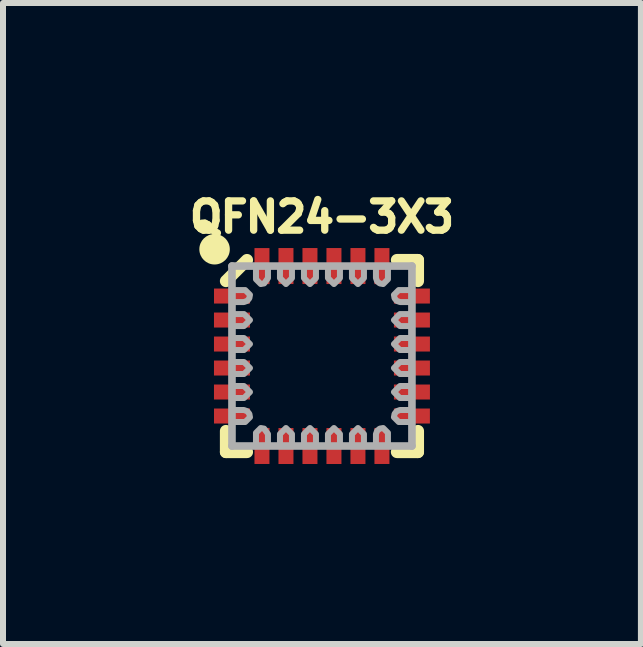
<source format=kicad_pcb>
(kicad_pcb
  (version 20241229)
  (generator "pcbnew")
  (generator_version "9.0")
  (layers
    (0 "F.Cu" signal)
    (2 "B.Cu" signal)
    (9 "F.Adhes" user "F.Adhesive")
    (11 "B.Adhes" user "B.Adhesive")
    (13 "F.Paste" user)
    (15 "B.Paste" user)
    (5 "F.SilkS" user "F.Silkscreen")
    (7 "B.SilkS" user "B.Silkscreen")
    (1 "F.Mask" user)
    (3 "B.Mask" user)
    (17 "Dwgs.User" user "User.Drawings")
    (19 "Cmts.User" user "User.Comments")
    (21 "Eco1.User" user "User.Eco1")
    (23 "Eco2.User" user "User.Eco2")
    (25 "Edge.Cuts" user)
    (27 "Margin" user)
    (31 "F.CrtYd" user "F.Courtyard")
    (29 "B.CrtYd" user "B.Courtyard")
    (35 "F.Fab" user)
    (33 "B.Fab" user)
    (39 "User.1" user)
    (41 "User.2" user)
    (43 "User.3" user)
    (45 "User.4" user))
  (footprint "QFN24-3X3"
    (layer "F.Cu")
    (at 2.317 2.885)
    (property "Reference" "QFN24-3X3" (at 0 -2.032 0) (layer "F.SilkS") (effects (font (size 0.488 0.488) (thickness 0.122)) (justify bottom)))
    (fp_poly (pts (xy -1.199 -1.021) (xy -1.199 -0.874) (xy -1.501 -0.874) (xy -1.501 -1.126) (xy -1.304 -1.126)) (stroke (width 0) (type default)) (fill yes) (layer "F.Cu"))
    (fp_poly (pts (xy -1.199 1.021) (xy -1.304 1.126) (xy -1.501 1.126) (xy -1.501 0.874) (xy -1.199 0.874)) (stroke (width 0) (type default)) (fill yes) (layer "F.Cu"))
    (fp_poly (pts (xy -0.874 -1.199) (xy -1.021 -1.199) (xy -1.126 -1.304) (xy -1.126 -1.501) (xy -0.874 -1.501)) (stroke (width 0) (type default)) (fill yes) (layer "F.Cu"))
    (fp_poly (pts (xy -0.874 1.501) (xy -1.126 1.501) (xy -1.126 1.304) (xy -1.021 1.199) (xy -0.874 1.199)) (stroke (width 0) (type default)) (fill yes) (layer "F.Cu"))
    (fp_poly (pts (xy 1.126 -1.304) (xy 1.021 -1.199) (xy 0.874 -1.199) (xy 0.874 -1.501) (xy 1.126 -1.501)) (stroke (width 0) (type default)) (fill yes) (layer "F.Cu"))
    (fp_poly (pts (xy 1.126 1.304) (xy 1.126 1.501) (xy 0.874 1.501) (xy 0.874 1.199) (xy 1.021 1.199)) (stroke (width 0) (type default)) (fill yes) (layer "F.Cu"))
    (fp_poly (pts (xy 1.501 -0.874) (xy 1.199 -0.874) (xy 1.199 -1.021) (xy 1.304 -1.126) (xy 1.501 -1.126)) (stroke (width 0) (type default)) (fill yes) (layer "F.Cu"))
    (fp_poly (pts (xy 1.501 1.126) (xy 1.304 1.126) (xy 1.199 1.021) (xy 1.199 0.874) (xy 1.501 0.874)) (stroke (width 0) (type default)) (fill yes) (layer "F.Cu"))
    (fp_poly (pts (xy -1.226 -1.203) (xy -1.226 -1.099) (xy -0.773 -1.099) (xy -0.773 -1.203)) (stroke (width 0) (type default)) (fill yes) (layer "F.Mask"))
    (fp_poly (pts (xy -1.203 -0.773) (xy -1.099 -0.773) (xy -1.099 -1.226) (xy -1.203 -1.226)) (stroke (width 0) (type default)) (fill yes) (layer "F.Mask"))
    (fp_poly (pts (xy -1.203 1.226) (xy -1.099 1.226) (xy -1.099 0.773) (xy -1.203 0.773)) (stroke (width 0) (type default)) (fill yes) (layer "F.Mask"))
    (fp_poly (pts (xy -0.773 1.203) (xy -0.773 1.099) (xy -1.226 1.099) (xy -1.226 1.203)) (stroke (width 0) (type default)) (fill yes) (layer "F.Mask"))
    (fp_poly (pts (xy 0.773 -1.203) (xy 0.773 -1.099) (xy 1.226 -1.099) (xy 1.226 -1.203)) (stroke (width 0) (type default)) (fill yes) (layer "F.Mask"))
    (fp_poly (pts (xy 1.203 -1.226) (xy 1.099 -1.226) (xy 1.099 -0.773) (xy 1.203 -0.773)) (stroke (width 0) (type default)) (fill yes) (layer "F.Mask"))
    (fp_poly (pts (xy 1.203 0.773) (xy 1.099 0.773) (xy 1.099 1.226) (xy 1.203 1.226)) (stroke (width 0) (type default)) (fill yes) (layer "F.Mask"))
    (fp_poly (pts (xy 1.226 1.203) (xy 1.226 1.099) (xy 0.773 1.099) (xy 0.773 1.203)) (stroke (width 0) (type default)) (fill yes) (layer "F.Mask"))
    (fp_line (start -1.6 -1.25) (end -1.25 -1.6) (stroke (width 0.203) (type solid)) (layer "F.SilkS"))
    (fp_line (start -1.6 1.25) (end -1.6 1.6) (stroke (width 0.203) (type solid)) (layer "F.SilkS"))
    (fp_line (start -1.6 1.6) (end -1.25 1.6) (stroke (width 0.203) (type solid)) (layer "F.SilkS"))
    (fp_line (start 1.25 1.6) (end 1.6 1.6) (stroke (width 0.203) (type solid)) (layer "F.SilkS"))
    (fp_line (start 1.6 -1.6) (end 1.25 -1.6) (stroke (width 0.203) (type solid)) (layer "F.SilkS"))
    (fp_line (start 1.6 -1.25) (end 1.6 -1.6) (stroke (width 0.203) (type solid)) (layer "F.SilkS"))
    (fp_line (start 1.6 1.6) (end 1.6 1.25) (stroke (width 0.203) (type solid)) (layer "F.SilkS"))
    (fp_circle (center -1.79 -1.78) (end -1.663 -1.78) (stroke (width 0.254) (type solid)) (fill yes) (layer "F.SilkS"))
    (fp_poly (pts (xy -1.725 -0.875) (xy -1.275 -0.875) (xy -1.275 -1.125) (xy -1.725 -1.125)) (stroke (width 0) (type default)) (fill yes) (layer "F.Paste"))
    (fp_poly (pts (xy -1.725 -0.475) (xy -1.275 -0.475) (xy -1.275 -0.725) (xy -1.725 -0.725)) (stroke (width 0) (type default)) (fill yes) (layer "F.Paste"))
    (fp_poly (pts (xy -1.725 -0.075) (xy -1.275 -0.075) (xy -1.275 -0.325) (xy -1.725 -0.325)) (stroke (width 0) (type default)) (fill yes) (layer "F.Paste"))
    (fp_poly (pts (xy -1.725 0.325) (xy -1.275 0.325) (xy -1.275 0.075) (xy -1.725 0.075)) (stroke (width 0) (type default)) (fill yes) (layer "F.Paste"))
    (fp_poly (pts (xy -1.725 0.725) (xy -1.275 0.725) (xy -1.275 0.475) (xy -1.725 0.475)) (stroke (width 0) (type default)) (fill yes) (layer "F.Paste"))
    (fp_poly (pts (xy -1.725 1.125) (xy -1.275 1.125) (xy -1.275 0.875) (xy -1.725 0.875)) (stroke (width 0) (type default)) (fill yes) (layer "F.Paste"))
    (fp_poly (pts (xy -1.125 -1.725) (xy -1.125 -1.275) (xy -0.875 -1.275) (xy -0.875 -1.725)) (stroke (width 0) (type default)) (fill yes) (layer "F.Paste"))
    (fp_poly (pts (xy -0.875 1.725) (xy -0.875 1.275) (xy -1.125 1.275) (xy -1.125 1.725)) (stroke (width 0) (type default)) (fill yes) (layer "F.Paste"))
    (fp_poly (pts (xy -0.725 -1.725) (xy -0.725 -1.275) (xy -0.475 -1.275) (xy -0.475 -1.725)) (stroke (width 0) (type default)) (fill yes) (layer "F.Paste"))
    (fp_poly (pts (xy -0.475 1.725) (xy -0.475 1.275) (xy -0.725 1.275) (xy -0.725 1.725)) (stroke (width 0) (type default)) (fill yes) (layer "F.Paste"))
    (fp_poly (pts (xy -0.325 -1.725) (xy -0.325 -1.275) (xy -0.075 -1.275) (xy -0.075 -1.725)) (stroke (width 0) (type default)) (fill yes) (layer "F.Paste"))
    (fp_poly (pts (xy -0.075 1.725) (xy -0.075 1.275) (xy -0.325 1.275) (xy -0.325 1.725)) (stroke (width 0) (type default)) (fill yes) (layer "F.Paste"))
    (fp_poly (pts (xy 0.075 -1.725) (xy 0.075 -1.275) (xy 0.325 -1.275) (xy 0.325 -1.725)) (stroke (width 0) (type default)) (fill yes) (layer "F.Paste"))
    (fp_poly (pts (xy 0.325 1.725) (xy 0.325 1.275) (xy 0.075 1.275) (xy 0.075 1.725)) (stroke (width 0) (type default)) (fill yes) (layer "F.Paste"))
    (fp_poly (pts (xy 0.475 -1.725) (xy 0.475 -1.275) (xy 0.725 -1.275) (xy 0.725 -1.725)) (stroke (width 0) (type default)) (fill yes) (layer "F.Paste"))
    (fp_poly (pts (xy 0.725 1.725) (xy 0.725 1.275) (xy 0.475 1.275) (xy 0.475 1.725)) (stroke (width 0) (type default)) (fill yes) (layer "F.Paste"))
    (fp_poly (pts (xy 0.875 -1.725) (xy 0.875 -1.275) (xy 1.125 -1.275) (xy 1.125 -1.725)) (stroke (width 0) (type default)) (fill yes) (layer "F.Paste"))
    (fp_poly (pts (xy 1.125 1.725) (xy 1.125 1.275) (xy 0.875 1.275) (xy 0.875 1.725)) (stroke (width 0) (type default)) (fill yes) (layer "F.Paste"))
    (fp_poly (pts (xy 1.725 -1.125) (xy 1.275 -1.125) (xy 1.275 -0.875) (xy 1.725 -0.875)) (stroke (width 0) (type default)) (fill yes) (layer "F.Paste"))
    (fp_poly (pts (xy 1.725 -0.725) (xy 1.275 -0.725) (xy 1.275 -0.475) (xy 1.725 -0.475)) (stroke (width 0) (type default)) (fill yes) (layer "F.Paste"))
    (fp_poly (pts (xy 1.725 -0.325) (xy 1.275 -0.325) (xy 1.275 -0.075) (xy 1.725 -0.075)) (stroke (width 0) (type default)) (fill yes) (layer "F.Paste"))
    (fp_poly (pts (xy 1.725 0.075) (xy 1.275 0.075) (xy 1.275 0.325) (xy 1.725 0.325)) (stroke (width 0) (type default)) (fill yes) (layer "F.Paste"))
    (fp_poly (pts (xy 1.725 0.475) (xy 1.275 0.475) (xy 1.275 0.725) (xy 1.725 0.725)) (stroke (width 0) (type default)) (fill yes) (layer "F.Paste"))
    (fp_poly (pts (xy 1.725 0.875) (xy 1.275 0.875) (xy 1.275 1.125) (xy 1.725 1.125)) (stroke (width 0) (type default)) (fill yes) (layer "F.Paste"))
    (fp_line (start -1.5 -1.5) (end -1.5 1.5) (stroke (width 0.127) (type solid)) (layer "F.Fab"))
    (fp_line (start -1.5 1.5) (end 1.5 1.5) (stroke (width 0.127) (type solid)) (layer "F.Fab"))
    (fp_line (start 1.5 -1.5) (end -1.5 -1.5) (stroke (width 0.127) (type solid)) (layer "F.Fab"))
    (fp_line (start 1.5 1.5) (end 1.5 -1.5) (stroke (width 0.127) (type solid)) (layer "F.Fab"))
    (fp_poly (pts (xy -1.2 -0.6) (xy -1.3 -0.5) (xy -1.5 -0.5) (xy -1.5 -0.7) (xy -1.3 -0.7)) (stroke (width 0.1) (type default)) (fill no) (layer "F.Fab"))
    (fp_poly (pts (xy -1.2 -0.2) (xy -1.3 -0.1) (xy -1.5 -0.1) (xy -1.5 -0.3) (xy -1.3 -0.3)) (stroke (width 0.1) (type default)) (fill no) (layer "F.Fab"))
    (fp_poly (pts (xy -1.2 0.2) (xy -1.3 0.3) (xy -1.5 0.3) (xy -1.5 0.1) (xy -1.3 0.1)) (stroke (width 0.1) (type default)) (fill no) (layer "F.Fab"))
    (fp_poly (pts (xy -1.2 0.6) (xy -1.3 0.7) (xy -1.5 0.7) (xy -1.5 0.5) (xy -1.3 0.5)) (stroke (width 0.1) (type default)) (fill no) (layer "F.Fab"))
    (fp_poly (pts (xy -0.5 -1.3) (xy -0.6 -1.2) (xy -0.7 -1.3) (xy -0.7 -1.5) (xy -0.5 -1.5)) (stroke (width 0.1) (type default)) (fill no) (layer "F.Fab"))
    (fp_poly (pts (xy -0.5 1.3) (xy -0.5 1.5) (xy -0.7 1.5) (xy -0.7 1.3) (xy -0.6 1.2)) (stroke (width 0.1) (type default)) (fill no) (layer "F.Fab"))
    (fp_poly (pts (xy -0.1 -1.3) (xy -0.2 -1.2) (xy -0.3 -1.3) (xy -0.3 -1.5) (xy -0.1 -1.5)) (stroke (width 0.1) (type default)) (fill no) (layer "F.Fab"))
    (fp_poly (pts (xy -0.1 1.3) (xy -0.1 1.5) (xy -0.3 1.5) (xy -0.3 1.3) (xy -0.2 1.2)) (stroke (width 0.1) (type default)) (fill no) (layer "F.Fab"))
    (fp_poly (pts (xy 0.3 -1.3) (xy 0.2 -1.2) (xy 0.1 -1.3) (xy 0.1 -1.5) (xy 0.3 -1.5)) (stroke (width 0.1) (type default)) (fill no) (layer "F.Fab"))
    (fp_poly (pts (xy 0.3 1.3) (xy 0.3 1.5) (xy 0.1 1.5) (xy 0.1 1.3) (xy 0.2 1.2)) (stroke (width 0.1) (type default)) (fill no) (layer "F.Fab"))
    (fp_poly (pts (xy 0.7 -1.3) (xy 0.6 -1.2) (xy 0.5 -1.3) (xy 0.5 -1.5) (xy 0.7 -1.5)) (stroke (width 0.1) (type default)) (fill no) (layer "F.Fab"))
    (fp_poly (pts (xy 0.7 1.3) (xy 0.7 1.5) (xy 0.5 1.5) (xy 0.5 1.3) (xy 0.6 1.2)) (stroke (width 0.1) (type default)) (fill no) (layer "F.Fab"))
    (fp_poly (pts (xy 1.5 -0.5) (xy 1.3 -0.5) (xy 1.2 -0.6) (xy 1.3 -0.7) (xy 1.5 -0.7)) (stroke (width 0.1) (type default)) (fill no) (layer "F.Fab"))
    (fp_poly (pts (xy 1.5 -0.1) (xy 1.3 -0.1) (xy 1.2 -0.2) (xy 1.3 -0.3) (xy 1.5 -0.3)) (stroke (width 0.1) (type default)) (fill no) (layer "F.Fab"))
    (fp_poly (pts (xy 1.5 0.3) (xy 1.3 0.3) (xy 1.2 0.2) (xy 1.3 0.1) (xy 1.5 0.1)) (stroke (width 0.1) (type default)) (fill no) (layer "F.Fab"))
    (fp_poly (pts (xy 1.5 0.7) (xy 1.3 0.7) (xy 1.2 0.6) (xy 1.3 0.5) (xy 1.5 0.5)) (stroke (width 0.1) (type default)) (fill no) (layer "F.Fab"))
    (fp_poly (pts (xy -0.964 1.21) (xy -0.9 1.3) (xy -0.9 1.5) (xy -1.1 1.5) (xy -1.1 1.28) (xy -1.02 1.2)) (stroke (width 0.1) (type default)) (fill no) (layer "F.Fab"))
    (fp_poly (pts (xy -0.9 -1.3) (xy -0.964 -1.21) (xy -1.02 -1.2) (xy -1.1 -1.28) (xy -1.1 -1.5) (xy -0.9 -1.5)) (stroke (width 0.1) (type default)) (fill no) (layer "F.Fab"))
    (fp_poly (pts (xy -1.246 0.92) (xy -1.21 0.964) (xy -1.2 1.02) (xy -1.28 1.1) (xy -1.5 1.1) (xy -1.5 0.9) (xy -1.3 0.9)) (stroke (width 0.1) (type default)) (fill no) (layer "F.Fab"))
    (fp_poly (pts (xy -1.2 -1.02) (xy -1.21 -0.964) (xy -1.246 -0.92) (xy -1.3 -0.9) (xy -1.5 -0.9) (xy -1.5 -1.1) (xy -1.28 -1.1)) (stroke (width 0.1) (type default)) (fill no) (layer "F.Fab"))
    (fp_poly (pts (xy 1.1 -1.28) (xy 1.02 -1.2) (xy 0.964 -1.21) (xy 0.92 -1.246) (xy 0.9 -1.3) (xy 0.9 -1.5) (xy 1.1 -1.5)) (stroke (width 0.1) (type default)) (fill no) (layer "F.Fab"))
    (fp_poly (pts (xy 1.1 1.28) (xy 1.1 1.5) (xy 0.9 1.5) (xy 0.9 1.3) (xy 0.92 1.246) (xy 0.964 1.21) (xy 1.02 1.2)) (stroke (width 0.1) (type default)) (fill no) (layer "F.Fab"))
    (fp_poly (pts (xy 1.5 -0.9) (xy 1.3 -0.9) (xy 1.246 -0.92) (xy 1.21 -0.964) (xy 1.2 -1.02) (xy 1.28 -1.1) (xy 1.5 -1.1)) (stroke (width 0.1) (type default)) (fill no) (layer "F.Fab"))
    (fp_poly (pts (xy 1.5 1.1) (xy 1.28 1.1) (xy 1.2 1.02) (xy 1.21 0.964) (xy 1.246 0.92) (xy 1.3 0.9) (xy 1.5 0.9)) (stroke (width 0.1) (type default)) (fill no) (layer "F.Fab"))
    (pad "1" smd rect (at -1.552 -1 90) (size 0.25 0.495) (layers "F.Cu" "F.Mask"))
    (pad "2" smd rect (at -1.5 -0.6 90) (size 0.25 0.6) (layers "F.Cu" "F.Mask"))
    (pad "3" smd rect (at -1.5 -0.2 90) (size 0.25 0.6) (layers "F.Cu" "F.Mask"))
    (pad "4" smd rect (at -1.5 0.2 90) (size 0.25 0.6) (layers "F.Cu" "F.Mask"))
    (pad "5" smd rect (at -1.5 0.6 90) (size 0.25 0.6) (layers "F.Cu" "F.Mask"))
    (pad "6" smd rect (at -1.552 1 90) (size 0.25 0.495) (layers "F.Cu" "F.Mask"))
    (pad "7" smd rect (at -1 1.552 180) (size 0.25 0.495) (layers "F.Cu" "F.Mask"))
    (pad "8" smd rect (at -0.6 1.5 180) (size 0.25 0.6) (layers "F.Cu" "F.Mask"))
    (pad "9" smd rect (at -0.2 1.5 180) (size 0.25 0.6) (layers "F.Cu" "F.Mask"))
    (pad "10" smd rect (at 0.2 1.5 180) (size 0.25 0.6) (layers "F.Cu" "F.Mask"))
    (pad "11" smd rect (at 0.6 1.5 180) (size 0.25 0.6) (layers "F.Cu" "F.Mask"))
    (pad "12" smd rect (at 1 1.552 180) (size 0.25 0.495) (layers "F.Cu" "F.Mask"))
    (pad "13" smd rect (at 1.552 1 270) (size 0.25 0.495) (layers "F.Cu" "F.Mask"))
    (pad "14" smd rect (at 1.5 0.6 270) (size 0.25 0.6) (layers "F.Cu" "F.Mask"))
    (pad "15" smd rect (at 1.5 0.2 270) (size 0.25 0.6) (layers "F.Cu" "F.Mask"))
    (pad "16" smd rect (at 1.5 -0.2 270) (size 0.25 0.6) (layers "F.Cu" "F.Mask"))
    (pad "17" smd rect (at 1.5 -0.6 270) (size 0.25 0.6) (layers "F.Cu" "F.Mask"))
    (pad "18" smd rect (at 1.552 -1 270) (size 0.25 0.495) (layers "F.Cu" "F.Mask"))
    (pad "19" smd rect (at 1 -1.552) (size 0.25 0.495) (layers "F.Cu" "F.Mask"))
    (pad "20" smd rect (at 0.6 -1.5) (size 0.25 0.6) (layers "F.Cu" "F.Mask"))
    (pad "21" smd rect (at 0.2 -1.5) (size 0.25 0.6) (layers "F.Cu" "F.Mask"))
    (pad "22" smd rect (at -0.2 -1.5) (size 0.25 0.6) (layers "F.Cu" "F.Mask"))
    (pad "23" smd rect (at -0.6 -1.5) (size 0.25 0.6) (layers "F.Cu" "F.Mask"))
    (pad "24" smd rect (at -1 -1.552) (size 0.25 0.495) (layers "F.Cu" "F.Mask")))
  (gr_rect
    (start -3 -3)
    (end 7.634 7.685)
    (stroke (width 0.1) (type default))
    (fill no)
    (layer "Edge.Cuts")))
</source>
